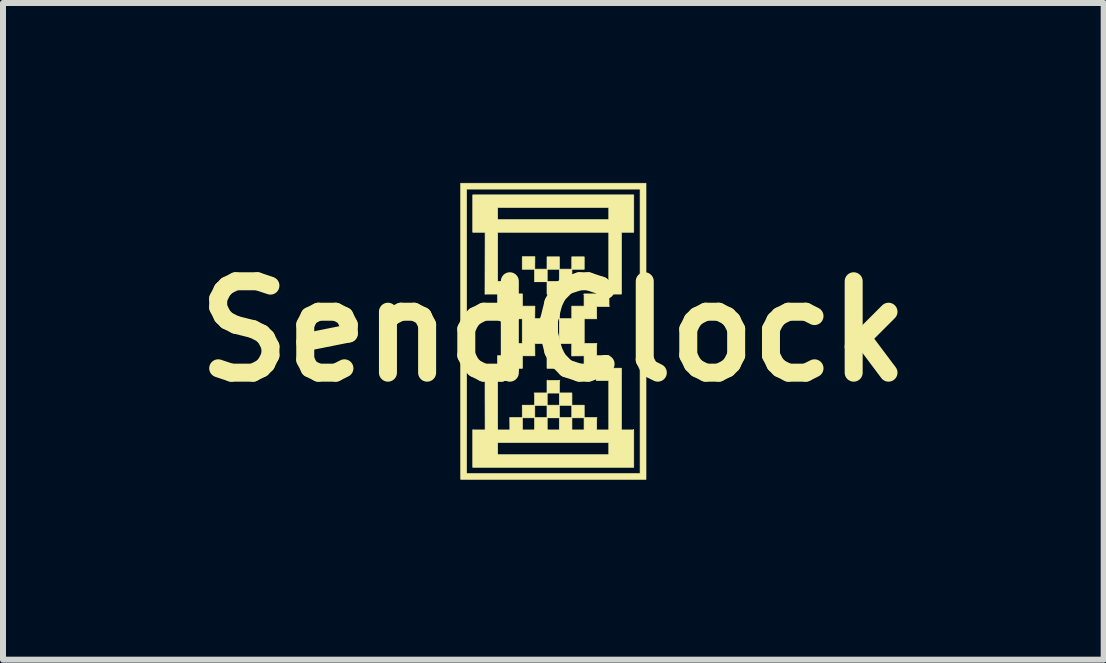
<source format=kicad_pcb>
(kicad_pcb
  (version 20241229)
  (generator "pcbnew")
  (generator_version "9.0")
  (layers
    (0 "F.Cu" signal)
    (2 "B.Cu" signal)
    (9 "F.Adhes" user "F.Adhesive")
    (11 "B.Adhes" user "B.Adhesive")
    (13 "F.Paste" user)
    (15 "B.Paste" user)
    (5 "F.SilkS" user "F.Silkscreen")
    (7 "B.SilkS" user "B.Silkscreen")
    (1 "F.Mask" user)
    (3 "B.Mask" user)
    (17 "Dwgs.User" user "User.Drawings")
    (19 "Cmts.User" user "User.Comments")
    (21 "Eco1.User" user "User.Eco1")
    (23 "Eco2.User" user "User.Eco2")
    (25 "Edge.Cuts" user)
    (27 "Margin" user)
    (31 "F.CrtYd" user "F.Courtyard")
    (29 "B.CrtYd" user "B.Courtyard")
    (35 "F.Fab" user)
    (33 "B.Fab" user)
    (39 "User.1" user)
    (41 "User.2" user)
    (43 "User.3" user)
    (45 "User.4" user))
  (footprint "SendClock"
    (layer "F.Cu")
    (at 6.176 2.474)
    (property "Reference" "SendClock" (at 0 0 0) (layer "F.SilkS") (effects (font (size 1.524 1.524) (thickness 0.3))))
    (attr through_hole)
    (fp_poly (pts (xy -1.337 1.639) (xy -1.339 1.64) (xy -1.341 1.639) (xy -1.339 1.637) (xy -1.337 1.639)) (stroke (width 0.01) (type solid)) (fill yes) (layer "F.SilkS"))
    (fp_poly (pts (xy -1.136 -0.616) (xy -1.138 -0.614) (xy -1.139 -0.616) (xy -1.138 -0.617) (xy -1.136 -0.616)) (stroke (width 0.01) (type solid)) (fill yes) (layer "F.SilkS"))
    (fp_poly (pts (xy -0.318 1.639) (xy -0.319 1.64) (xy -0.321 1.639) (xy -0.319 1.637) (xy -0.318 1.639)) (stroke (width 0.01) (type solid)) (fill yes) (layer "F.SilkS"))
    (fp_poly (pts (xy -0.095 -0.612) (xy -0.097 -0.61) (xy -0.099 -0.612) (xy -0.097 -0.614) (xy -0.095 -0.612)) (stroke (width 0.01) (type solid)) (fill yes) (layer "F.SilkS"))
    (fp_poly (pts (xy -0.095 0.813) (xy -0.097 0.815) (xy -0.099 0.813) (xy -0.097 0.811) (xy -0.095 0.813)) (stroke (width 0.01) (type solid)) (fill yes) (layer "F.SilkS"))
    (fp_poly (pts (xy -0.095 1.035) (xy -0.097 1.037) (xy -0.099 1.035) (xy -0.097 1.034) (xy -0.095 1.035)) (stroke (width 0.01) (type solid)) (fill yes) (layer "F.SilkS"))
    (fp_poly (pts (xy -0.095 1.639) (xy -0.097 1.64) (xy -0.099 1.639) (xy -0.097 1.637) (xy -0.095 1.639)) (stroke (width 0.01) (type solid)) (fill yes) (layer "F.SilkS"))
    (fp_poly (pts (xy 0.102 0.21) (xy 0.101 0.212) (xy 0.099 0.21) (xy 0.101 0.208) (xy 0.102 0.21)) (stroke (width 0.01) (type solid)) (fill yes) (layer "F.SilkS"))
    (fp_poly (pts (xy 0.73 0.21) (xy 0.728 0.212) (xy 0.727 0.21) (xy 0.728 0.208) (xy 0.73 0.21)) (stroke (width 0.01) (type solid)) (fill yes) (layer "F.SilkS"))
    (fp_poly (pts (xy -0.319 1.029) (xy -0.318 1.035) (xy -0.319 1.036) (xy -0.321 1.035) (xy -0.321 1.032) (xy -0.32 1.028) (xy -0.319 1.029)) (stroke (width 0.01) (type solid)) (fill yes) (layer "F.SilkS"))
    (fp_poly (pts (xy 0.507 -0.62) (xy 0.507 -0.616) (xy 0.507 -0.615) (xy 0.505 -0.615) (xy 0.504 -0.617) (xy 0.506 -0.62) (xy 0.507 -0.62)) (stroke (width 0.01) (type solid)) (fill yes) (layer "F.SilkS"))
    (fp_poly (pts (xy 0.507 0.611) (xy 0.507 0.616) (xy 0.507 0.616) (xy 0.505 0.616) (xy 0.504 0.614) (xy 0.506 0.611) (xy 0.507 0.611)) (stroke (width 0.01) (type solid)) (fill yes) (layer "F.SilkS"))
    (fp_poly (pts (xy 1.335 1.636) (xy 1.34 1.638) (xy 1.339 1.64) (xy 1.337 1.64) (xy 1.332 1.638) (xy 1.332 1.637) (xy 1.332 1.635) (xy 1.335 1.636)) (stroke (width 0.01) (type solid)) (fill yes) (layer "F.SilkS"))
    (fp_poly (pts (xy 1.545 2.469) (xy -1.545 2.469) (xy -1.545 -2.371) (xy -1.446 -2.371) (xy -1.446 2.371) (xy 1.446 2.371) (xy 1.446 -2.371) (xy -1.446 -2.371) (xy -1.545 -2.371) (xy -1.545 -2.469) (xy 1.545 -2.469) (xy 1.545 2.469)) (stroke (width 0.01) (type solid)) (fill yes) (layer "F.SilkS"))
    (fp_poly (pts (xy 0.103 0.513) (xy 0.103 0.54) (xy 0.104 0.564) (xy 0.104 0.585) (xy 0.104 0.602) (xy 0.104 0.614) (xy 0.104 0.62) (xy 0.104 0.62) (xy 0.101 0.62) (xy 0.091 0.62) (xy 0.076 0.619) (xy 0.057 0.619) (xy 0.034 0.619) (xy 0.008 0.618) (xy -0.001 0.618) (xy -0.106 0.617) (xy -0.106 0.406) (xy 0.102 0.406) (xy 0.103 0.513)) (stroke (width 0.01) (type solid)) (fill yes) (layer "F.SilkS"))
    (fp_poly (pts (xy -0.308 -1.141) (xy -0.309 -1.037) (xy -0.207 -1.037) (xy -0.106 -1.037) (xy -0.106 -1.242) (xy 0.102 -1.242) (xy 0.102 -1.037) (xy 0.307 -1.037) (xy 0.307 -1.242) (xy 0.515 -1.242) (xy 0.515 -1.034) (xy 0.31 -1.034) (xy 0.31 -0.826) (xy 0.102 -0.826) (xy 0.102 -0.723) (xy 0.102 -0.694) (xy 0.102 -0.671) (xy 0.103 -0.653) (xy 0.103 -0.64) (xy 0.104 -0.631) (xy 0.105 -0.625) (xy 0.106 -0.622) (xy 0.107 -0.62) (xy 0.108 -0.62) (xy 0.111 -0.619) (xy 0.109 -0.619) (xy 0.105 -0.619) (xy 0.094 -0.619) (xy 0.078 -0.619) (xy 0.057 -0.619) (xy 0.034 -0.62) (xy 0.007 -0.62) (xy -0.001 -0.62) (xy -0.106 -0.621) (xy -0.106 -0.826) (xy -0.314 -0.826) (xy -0.314 -1.034) (xy -0.102 -1.034) (xy -0.102 -0.833) (xy 0.099 -0.833) (xy 0.099 -1.034) (xy -0.102 -1.034) (xy -0.314 -1.034) (xy -0.519 -1.034) (xy -0.519 -1.245) (xy -0.307 -1.245) (xy -0.308 -1.141)) (stroke (width 0.01) (type solid)) (fill yes) (layer "F.SilkS"))
    (fp_poly (pts (xy 1.341 -1.651) (xy 1.136 -1.651) (xy 1.136 -0.621) (xy 0.928 -0.621) (xy 0.928 -0.519) (xy 0.928 -0.486) (xy 0.928 -0.459) (xy 0.929 -0.439) (xy 0.93 -0.425) (xy 0.931 -0.417) (xy 0.931 -0.416) (xy 0.935 -0.414) (xy 0.935 -0.414) (xy 0.931 -0.413) (xy 0.922 -0.412) (xy 0.907 -0.412) (xy 0.888 -0.412) (xy 0.865 -0.412) (xy 0.839 -0.412) (xy 0.829 -0.412) (xy 0.723 -0.413) (xy 0.723 -0.208) (xy 0.515 -0.208) (xy 0.515 0.201) (xy 0.723 0.201) (xy 0.723 0.406) (xy 0.928 0.406) (xy 0.928 0.614) (xy 1.136 0.614) (xy 1.136 1.644) (xy 1.341 1.644) (xy 1.341 2.268) (xy -1.344 2.268) (xy -1.344 1.856) (xy -0.928 1.856) (xy -0.928 2.057) (xy 0.924 2.057) (xy 0.924 1.856) (xy -0.928 1.856) (xy -1.344 1.856) (xy -1.344 1.644) (xy -1.241 1.644) (xy -1.138 1.644) (xy -1.139 1.129) (xy -1.139 0.822) (xy -0.928 0.822) (xy -0.928 1.644) (xy -0.826 1.644) (xy -0.725 1.644) (xy -0.726 1.54) (xy -0.727 1.443) (xy -0.515 1.443) (xy -0.515 1.644) (xy -0.314 1.644) (xy -0.314 1.443) (xy -0.102 1.443) (xy -0.102 1.644) (xy 0.099 1.644) (xy 0.099 1.443) (xy 0.31 1.443) (xy 0.31 1.644) (xy 0.512 1.644) (xy 0.512 1.443) (xy 0.31 1.443) (xy 0.099 1.443) (xy -0.102 1.443) (xy -0.314 1.443) (xy -0.515 1.443) (xy -0.727 1.443) (xy -0.727 1.436) (xy -0.519 1.436) (xy -0.519 1.436) (xy -0.309 1.436) (xy -0.207 1.436) (xy -0.106 1.436) (xy -0.106 1.235) (xy 0.102 1.235) (xy 0.102 1.436) (xy 0.307 1.436) (xy 0.307 1.235) (xy 0.102 1.235) (xy -0.106 1.235) (xy -0.207 1.235) (xy -0.309 1.235) (xy -0.309 1.436) (xy -0.519 1.436) (xy -0.519 1.231) (xy -0.314 1.231) (xy -0.314 1.03) (xy -0.102 1.03) (xy -0.102 1.231) (xy 0.099 1.231) (xy 0.099 1.03) (xy -0.102 1.03) (xy -0.314 1.03) (xy -0.314 1.027) (xy -0.106 1.027) (xy -0.106 0.818) (xy -0.004 0.818) (xy 0.023 0.818) (xy 0.047 0.818) (xy 0.068 0.818) (xy 0.085 0.817) (xy 0.097 0.817) (xy 0.103 0.816) (xy 0.104 0.816) (xy 0.109 0.816) (xy 0.109 0.818) (xy 0.107 0.821) (xy 0.106 0.82) (xy 0.105 0.823) (xy 0.104 0.833) (xy 0.103 0.849) (xy 0.103 0.873) (xy 0.102 0.903) (xy 0.102 0.922) (xy 0.102 1.027) (xy 0.31 1.027) (xy 0.31 1.231) (xy 0.515 1.231) (xy 0.515 1.436) (xy 0.621 1.436) (xy 0.654 1.436) (xy 0.68 1.436) (xy 0.701 1.437) (xy 0.715 1.437) (xy 0.724 1.438) (xy 0.728 1.44) (xy 0.729 1.44) (xy 0.729 1.442) (xy 0.727 1.441) (xy 0.726 1.443) (xy 0.725 1.448) (xy 0.724 1.458) (xy 0.724 1.473) (xy 0.723 1.494) (xy 0.723 1.522) (xy 0.723 1.541) (xy 0.723 1.644) (xy 0.924 1.644) (xy 0.924 0.822) (xy 0.716 0.822) (xy 0.717 0.72) (xy 0.718 0.617) (xy 0.615 0.617) (xy 0.512 0.617) (xy 0.512 0.409) (xy 0.408 0.41) (xy 0.305 0.411) (xy 0.306 0.308) (xy 0.307 0.205) (xy 0.099 0.205) (xy 0.099 -0.208) (xy -0.102 -0.208) (xy -0.102 -0.002) (xy -0.102 0.044) (xy -0.102 0.084) (xy -0.102 0.117) (xy -0.102 0.144) (xy -0.101 0.165) (xy -0.101 0.181) (xy -0.1 0.193) (xy -0.099 0.2) (xy -0.099 0.202) (xy -0.098 0.203) (xy -0.096 0.202) (xy -0.096 0.204) (xy -0.096 0.208) (xy -0.094 0.209) (xy -0.094 0.21) (xy -0.098 0.211) (xy -0.103 0.209) (xy -0.104 0.207) (xy -0.107 0.207) (xy -0.116 0.206) (xy -0.13 0.206) (xy -0.149 0.205) (xy -0.172 0.205) (xy -0.197 0.205) (xy -0.205 0.205) (xy -0.309 0.205) (xy -0.308 0.307) (xy -0.307 0.409) (xy -0.515 0.409) (xy -0.515 0.617) (xy -0.618 0.617) (xy -0.721 0.617) (xy -0.72 0.72) (xy -0.719 0.822) (xy -0.928 0.822) (xy -1.139 0.822) (xy -1.14 0.614) (xy -0.931 0.614) (xy -0.931 0.406) (xy -0.828 0.406) (xy -0.725 0.406) (xy -0.727 0.201) (xy -0.519 0.201) (xy -0.519 -0.208) (xy -0.727 -0.208) (xy -0.727 -0.413) (xy -0.931 -0.413) (xy -0.931 -0.621) (xy -1.14 -0.621) (xy -1.139 -1.136) (xy -1.138 -1.651) (xy -0.928 -1.651) (xy -0.928 -0.833) (xy -0.719 -0.833) (xy -0.72 -0.728) (xy -0.721 -0.624) (xy -0.618 -0.624) (xy -0.515 -0.624) (xy -0.515 -0.42) (xy -0.307 -0.42) (xy -0.308 -0.316) (xy -0.309 -0.212) (xy -0.207 -0.212) (xy -0.106 -0.212) (xy -0.106 -0.42) (xy -0.001 -0.42) (xy 0.104 -0.42) (xy 0.103 -0.316) (xy 0.102 -0.212) (xy 0.307 -0.212) (xy 0.307 -0.42) (xy 0.512 -0.42) (xy 0.512 -0.624) (xy 0.615 -0.624) (xy 0.718 -0.624) (xy 0.717 -0.728) (xy 0.716 -0.833) (xy 0.924 -0.833) (xy 0.924 -1.651) (xy -0.928 -1.651) (xy -1.138 -1.651) (xy -1.344 -1.651) (xy -1.344 -2.064) (xy -0.928 -2.064) (xy -0.928 -1.863) (xy 0.924 -1.863) (xy 0.924 -2.064) (xy -0.928 -2.064) (xy -1.344 -2.064) (xy -1.344 -2.275) (xy 1.341 -2.275) (xy 1.341 -1.651)) (stroke (width 0.01) (type solid)) (fill yes) (layer "F.SilkS")))
  (gr_rect
    (start -3 -3)
    (end 15.352 7.949)
    (stroke (width 0.1) (type default))
    (fill no)
    (layer "Edge.Cuts")))
</source>
